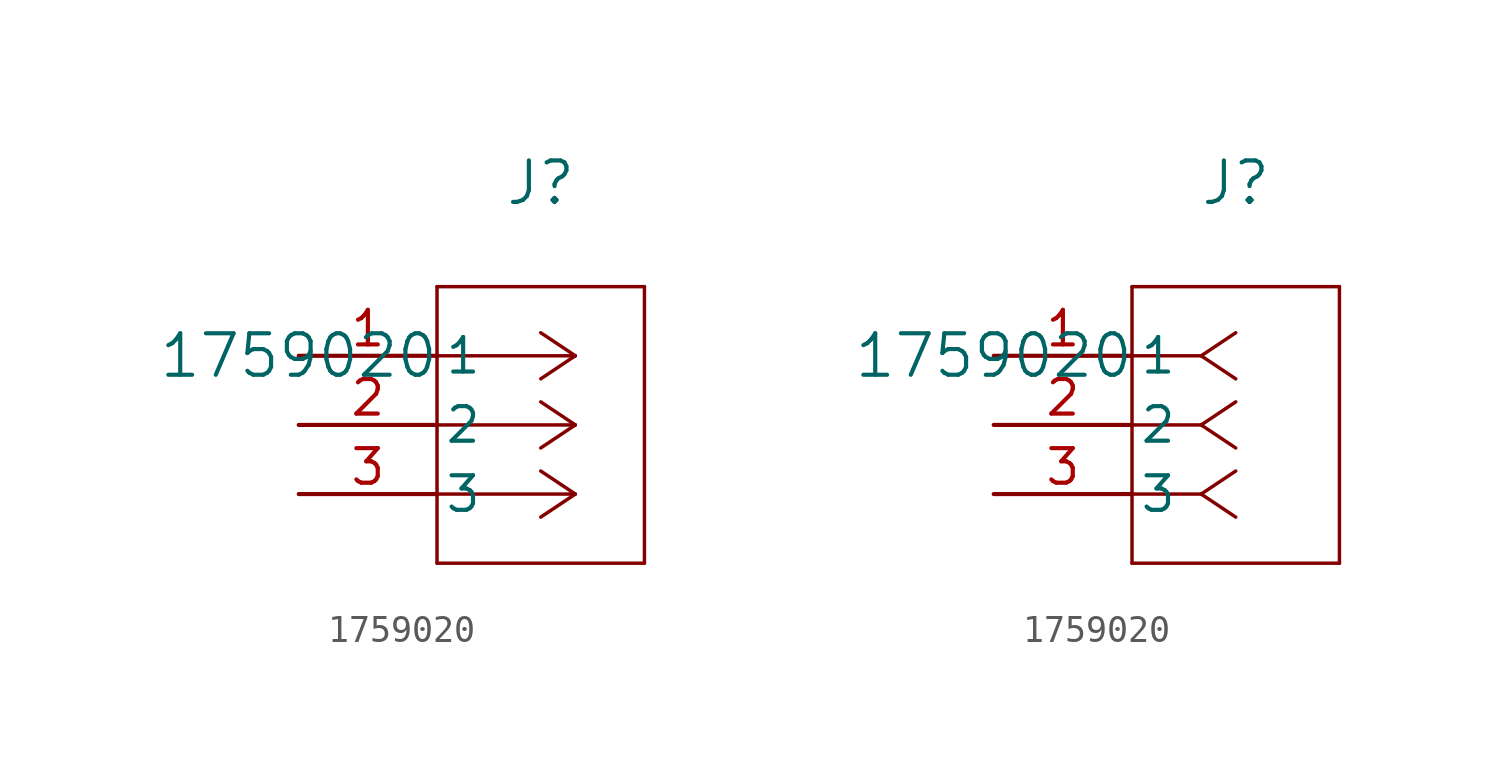
<source format=kicad_sym>
(kicad_symbol_lib
  (version 20211014)
  (generator kicad_symbol_editor)
  (symbol "1759020"
    (pin_names
      (offset 0.254))
    (property "Reference" "J"
      (at 8.89 6.35 0)
      (effects (font (size 1.524 1.524))))
    (property "Value" "1759020"
      (at 0 0 0)
      (effects (font (size 1.524 1.524))))
    (symbol "1759020_1_1"
      (polyline (pts (xy 10.16 0) (xy 5.08 0)) (stroke (width 0.127) (type default) (color 0 0 0 0)) (fill (type none)))
      (polyline (pts (xy 10.16 -2.54) (xy 5.08 -2.54)) (stroke (width 0.127) (type default) (color 0 0 0 0)) (fill (type none)))
      (polyline (pts (xy 10.16 -5.08) (xy 5.08 -5.08)) (stroke (width 0.127) (type default) (color 0 0 0 0)) (fill (type none)))
      (polyline (pts (xy 10.16 0) (xy 8.89 0.847)) (stroke (width 0.127) (type default) (color 0 0 0 0)) (fill (type none)))
      (polyline (pts (xy 10.16 -2.54) (xy 8.89 -1.693)) (stroke (width 0.127) (type default) (color 0 0 0 0)) (fill (type none)))
      (polyline (pts (xy 10.16 -5.08) (xy 8.89 -4.233)) (stroke (width 0.127) (type default) (color 0 0 0 0)) (fill (type none)))
      (polyline (pts (xy 10.16 0) (xy 8.89 -0.847)) (stroke (width 0.127) (type default) (color 0 0 0 0)) (fill (type none)))
      (polyline (pts (xy 10.16 -2.54) (xy 8.89 -3.387)) (stroke (width 0.127) (type default) (color 0 0 0 0)) (fill (type none)))
      (polyline (pts (xy 10.16 -5.08) (xy 8.89 -5.927)) (stroke (width 0.127) (type default) (color 0 0 0 0)) (fill (type none)))
      (polyline (pts (xy 5.08 2.54) (xy 5.08 -7.62)) (stroke (width 0.127) (type default) (color 0 0 0 0)) (fill (type none)))
      (polyline (pts (xy 5.08 -7.62) (xy 12.7 -7.62)) (stroke (width 0.127) (type default) (color 0 0 0 0)) (fill (type none)))
      (polyline (pts (xy 12.7 -7.62) (xy 12.7 2.54)) (stroke (width 0.127) (type default) (color 0 0 0 0)) (fill (type none)))
      (polyline (pts (xy 12.7 2.54) (xy 5.08 2.54)) (stroke (width 0.127) (type default) (color 0 0 0 0)) (fill (type none)))
      (pin unspecified line (at 0 0 0) (length 5.08) (name "1" (effects (font (size 1.27 1.27)))) (number "1" (effects (font (size 1.27 1.27)))))
      (pin unspecified line (at 0 -2.54 0) (length 5.08) (name "2" (effects (font (size 1.27 1.27)))) (number "2" (effects (font (size 1.27 1.27)))))
      (pin unspecified line (at 0 -5.08 0) (length 5.08) (name "3" (effects (font (size 1.27 1.27)))) (number "3" (effects (font (size 1.27 1.27))))))
    (symbol "1759020_1_2"
      (polyline (pts (xy 7.62 0) (xy 5.08 0)) (stroke (width 0.127) (type default) (color 0 0 0 0)) (fill (type none)))
      (polyline (pts (xy 7.62 -2.54) (xy 5.08 -2.54)) (stroke (width 0.127) (type default) (color 0 0 0 0)) (fill (type none)))
      (polyline (pts (xy 7.62 -5.08) (xy 5.08 -5.08)) (stroke (width 0.127) (type default) (color 0 0 0 0)) (fill (type none)))
      (polyline (pts (xy 7.62 0) (xy 8.89 0.847)) (stroke (width 0.127) (type default) (color 0 0 0 0)) (fill (type none)))
      (polyline (pts (xy 7.62 -2.54) (xy 8.89 -1.693)) (stroke (width 0.127) (type default) (color 0 0 0 0)) (fill (type none)))
      (polyline (pts (xy 7.62 -5.08) (xy 8.89 -4.233)) (stroke (width 0.127) (type default) (color 0 0 0 0)) (fill (type none)))
      (polyline (pts (xy 7.62 0) (xy 8.89 -0.847)) (stroke (width 0.127) (type default) (color 0 0 0 0)) (fill (type none)))
      (polyline (pts (xy 7.62 -2.54) (xy 8.89 -3.387)) (stroke (width 0.127) (type default) (color 0 0 0 0)) (fill (type none)))
      (polyline (pts (xy 7.62 -5.08) (xy 8.89 -5.927)) (stroke (width 0.127) (type default) (color 0 0 0 0)) (fill (type none)))
      (polyline (pts (xy 5.08 2.54) (xy 5.08 -7.62)) (stroke (width 0.127) (type default) (color 0 0 0 0)) (fill (type none)))
      (polyline (pts (xy 5.08 -7.62) (xy 12.7 -7.62)) (stroke (width 0.127) (type default) (color 0 0 0 0)) (fill (type none)))
      (polyline (pts (xy 12.7 -7.62) (xy 12.7 2.54)) (stroke (width 0.127) (type default) (color 0 0 0 0)) (fill (type none)))
      (polyline (pts (xy 12.7 2.54) (xy 5.08 2.54)) (stroke (width 0.127) (type default) (color 0 0 0 0)) (fill (type none)))
      (pin unspecified line (at 0 0 0) (length 5.08) (name "1" (effects (font (size 1.27 1.27)))) (number "1" (effects (font (size 1.27 1.27)))))
      (pin unspecified line (at 0 -2.54 0) (length 5.08) (name "2" (effects (font (size 1.27 1.27)))) (number "2" (effects (font (size 1.27 1.27)))))
      (pin unspecified line (at 0 -5.08 0) (length 5.08) (name "3" (effects (font (size 1.27 1.27)))) (number "3" (effects (font (size 1.27 1.27))))))))
</source>
